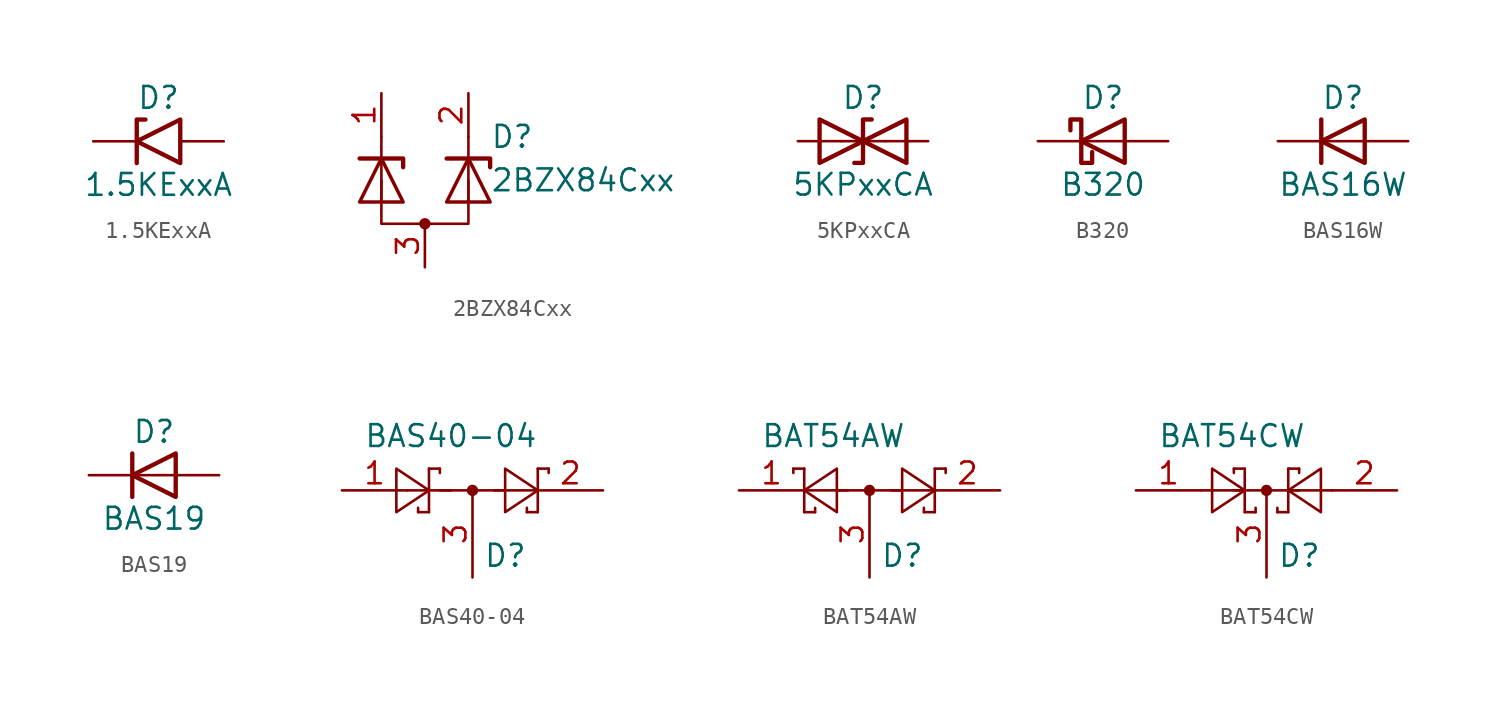
<source format=kicad_sym>
(kicad_symbol_lib
  (version 20211014)
  (generator kicad_symbol_editor)
  (symbol "1.5KExxA"
    (pin_numbers hide)
    (pin_names
      (offset 1.016) hide)
    (property "Reference" "D"
      (at 0 2.54 0)
      (effects (font (size 1.27 1.27))))
    (property "Value" "1.5KExxA"
      (at 0 -2.54 0)
      (effects (font (size 1.27 1.27))))
    (symbol "1.5KExxA_0_1"
      (polyline (pts (xy -0.762 1.27) (xy -1.27 1.27) (xy -1.27 -1.27)) (stroke (width 0.254) (type default) (color 0 0 0 0)) (fill (type none)))
      (polyline (pts (xy 1.27 1.27) (xy 1.27 -1.27) (xy -1.27 0) (xy 1.27 1.27)) (stroke (width 0.254) (type default) (color 0 0 0 0)) (fill (type none))))
    (symbol "1.5KExxA_1_1"
      (pin passive line (at -3.81 0 0) (length 2.54) (name "A1" (effects (font (size 1.27 1.27)))) (number "1" (effects (font (size 1.27 1.27)))))
      (pin passive line (at 3.81 0 180) (length 2.54) (name "A2" (effects (font (size 1.27 1.27)))) (number "2" (effects (font (size 1.27 1.27)))))))
  (symbol "2BZX84Cxx"
    (pin_names
      (offset 1.016) hide)
    (property "Reference" "D"
      (at 3.81 2.54 0)
      (effects (font (size 1.27 1.27)) (justify left)))
    (property "Value" "2BZX84Cxx"
      (at 3.81 0 0)
      (effects (font (size 1.27 1.27)) (justify left)))
    (symbol "2BZX84Cxx_0_1"
      (circle (center 0 -2.54) (radius 0.254) (stroke (width 0) (type default) (color 0 0 0 0)) (fill (type outline)))
      (polyline (pts (xy -2.54 -1.27) (xy -2.54 2.54)) (stroke (width 0) (type default) (color 0 0 0 0)) (fill (type none)))
      (polyline (pts (xy 2.54 -1.27) (xy 2.54 2.54)) (stroke (width 0) (type default) (color 0 0 0 0)) (fill (type none)))
      (polyline (pts (xy -3.81 1.27) (xy -1.27 1.27) (xy -1.27 0.762)) (stroke (width 0.254) (type default) (color 0 0 0 0)) (fill (type none)))
      (polyline (pts (xy 1.27 1.27) (xy 3.81 1.27) (xy 3.81 0.762)) (stroke (width 0.254) (type default) (color 0 0 0 0)) (fill (type none)))
      (polyline (pts (xy -2.54 0) (xy -2.54 -2.54) (xy 2.54 -2.54) (xy 2.54 0)) (stroke (width 0) (type default) (color 0 0 0 0)) (fill (type none))))
    (symbol "2BZX84Cxx_1_1"
      (polyline (pts (xy -3.81 -1.27) (xy -1.27 -1.27) (xy -2.54 1.27) (xy -3.81 -1.27)) (stroke (width 0.203) (type default) (color 0 0 0 0)) (fill (type none)))
      (polyline (pts (xy 1.27 -1.27) (xy 3.81 -1.27) (xy 2.54 1.27) (xy 1.27 -1.27)) (stroke (width 0.203) (type default) (color 0 0 0 0)) (fill (type none)))
      (pin passive line (at -2.54 5.08 270) (length 2.54) (name "K" (effects (font (size 1.27 1.27)))) (number "1" (effects (font (size 1.27 1.27)))))
      (pin passive line (at 2.54 5.08 270) (length 2.54) (name "K" (effects (font (size 1.27 1.27)))) (number "2" (effects (font (size 1.27 1.27)))))
      (pin passive line (at 0 -5.08 90) (length 2.54) (name "A" (effects (font (size 1.27 1.27)))) (number "3" (effects (font (size 1.27 1.27)))))))
  (symbol "5KPxxCA"
    (pin_numbers hide)
    (pin_names
      (offset 1.016) hide)
    (property "Reference" "D"
      (at 0 2.54 0)
      (effects (font (size 1.27 1.27))))
    (property "Value" "5KPxxCA"
      (at 0 -2.54 0)
      (effects (font (size 1.27 1.27))))
    (symbol "5KPxxCA_0_1"
      (polyline (pts (xy 1.27 0) (xy -1.27 0)) (stroke (width 0) (type default) (color 0 0 0 0)) (fill (type none)))
      (polyline (pts (xy -2.54 -1.27) (xy 0 0) (xy -2.54 1.27) (xy -2.54 -1.27)) (stroke (width 0.254) (type default) (color 0 0 0 0)) (fill (type none)))
      (polyline (pts (xy 0.508 1.27) (xy 0 1.27) (xy 0 -1.27) (xy -0.508 -1.27)) (stroke (width 0.254) (type default) (color 0 0 0 0)) (fill (type none)))
      (polyline (pts (xy 2.54 1.27) (xy 2.54 -1.27) (xy 0 0) (xy 2.54 1.27)) (stroke (width 0.254) (type default) (color 0 0 0 0)) (fill (type none))))
    (symbol "5KPxxCA_1_1"
      (pin passive line (at -3.81 0 0) (length 2.54) (name "A1" (effects (font (size 1.27 1.27)))) (number "1" (effects (font (size 1.27 1.27)))))
      (pin passive line (at 3.81 0 180) (length 2.54) (name "A2" (effects (font (size 1.27 1.27)))) (number "2" (effects (font (size 1.27 1.27)))))))
  (symbol "B320"
    (pin_numbers hide)
    (pin_names
      (offset 1.016) hide)
    (property "Reference" "D"
      (at 0 2.54 0)
      (effects (font (size 1.27 1.27))))
    (property "Value" "B320"
      (at 0 -2.54 0)
      (effects (font (size 1.27 1.27))))
    (symbol "B320_0_1"
      (polyline (pts (xy 1.27 0) (xy -1.27 0)) (stroke (width 0) (type default) (color 0 0 0 0)) (fill (type none)))
      (polyline (pts (xy 1.27 1.27) (xy 1.27 -1.27) (xy -1.27 0) (xy 1.27 1.27)) (stroke (width 0.254) (type default) (color 0 0 0 0)) (fill (type none)))
      (polyline (pts (xy -1.905 0.635) (xy -1.905 1.27) (xy -1.27 1.27) (xy -1.27 -1.27) (xy -0.635 -1.27) (xy -0.635 -0.635)) (stroke (width 0.254) (type default) (color 0 0 0 0)) (fill (type none))))
    (symbol "B320_1_1"
      (pin passive line (at -3.81 0 0) (length 2.54) (name "K" (effects (font (size 1.27 1.27)))) (number "1" (effects (font (size 1.27 1.27)))))
      (pin passive line (at 3.81 0 180) (length 2.54) (name "A" (effects (font (size 1.27 1.27)))) (number "2" (effects (font (size 1.27 1.27)))))))
  (symbol "BAS16W"
    (pin_numbers hide)
    (pin_names hide)
    (property "Reference" "D"
      (at 0 2.54 0)
      (effects (font (size 1.27 1.27))))
    (property "Value" "BAS16W"
      (at 0 -2.54 0)
      (effects (font (size 1.27 1.27))))
    (symbol "BAS16W_0_1"
      (polyline (pts (xy -1.27 1.27) (xy -1.27 -1.27)) (stroke (width 0.254) (type default) (color 0 0 0 0)) (fill (type none)))
      (polyline (pts (xy 1.27 0) (xy -1.27 0)) (stroke (width 0) (type default) (color 0 0 0 0)) (fill (type none)))
      (polyline (pts (xy 1.27 1.27) (xy 1.27 -1.27) (xy -1.27 0) (xy 1.27 1.27)) (stroke (width 0.254) (type default) (color 0 0 0 0)) (fill (type none))))
    (symbol "BAS16W_1_1"
      (pin passive line (at 3.81 0 180) (length 2.54) (name "A" (effects (font (size 1.27 1.27)))) (number "1" (effects (font (size 1.27 1.27)))))
      (pin no_connect line (at -1.27 0 0) (length 2.54) hide (name "NC" (effects (font (size 1.27 1.27)))) (number "2" (effects (font (size 1.27 1.27)))))
      (pin passive line (at -3.81 0 0) (length 2.54) (name "K" (effects (font (size 1.27 1.27)))) (number "3" (effects (font (size 1.27 1.27)))))))
  (symbol "BAS19"
    (pin_numbers hide)
    (pin_names hide)
    (property "Reference" "D"
      (at 0 2.54 0)
      (effects (font (size 1.27 1.27))))
    (property "Value" "BAS19"
      (at 0 -2.54 0)
      (effects (font (size 1.27 1.27))))
    (symbol "BAS19_0_1"
      (polyline (pts (xy -1.27 1.27) (xy -1.27 -1.27)) (stroke (width 0.254) (type default) (color 0 0 0 0)) (fill (type none)))
      (polyline (pts (xy 1.27 0) (xy -1.27 0)) (stroke (width 0) (type default) (color 0 0 0 0)) (fill (type none)))
      (polyline (pts (xy 1.27 1.27) (xy 1.27 -1.27) (xy -1.27 0) (xy 1.27 1.27)) (stroke (width 0.254) (type default) (color 0 0 0 0)) (fill (type none))))
    (symbol "BAS19_1_1"
      (pin passive line (at 3.81 0 180) (length 2.54) (name "A" (effects (font (size 1.27 1.27)))) (number "1" (effects (font (size 1.27 1.27)))))
      (pin no_connect line (at -1.27 0 0) (length 2.54) hide (name "NC" (effects (font (size 1.27 1.27)))) (number "2" (effects (font (size 1.27 1.27)))))
      (pin passive line (at -3.81 0 0) (length 2.54) (name "K" (effects (font (size 1.27 1.27)))) (number "3" (effects (font (size 1.27 1.27)))))))
  (symbol "BAS40-04"
    (pin_names
      (offset 1.016))
    (property "Reference" "D"
      (at 0.635 -1.27 0)
      (effects (font (size 1.27 1.27)) (justify left)))
    (property "Value" "BAS40-04"
      (at -6.35 5.715 0)
      (effects (font (size 1.27 1.27)) (justify left)))
    (symbol "BAS40-04_0_1"
      (polyline (pts (xy -3.81 2.54) (xy -1.27 2.54)) (stroke (width 0) (type default) (color 0 0 0 0)) (fill (type none)))
      (polyline (pts (xy -3.175 1.27) (xy -3.175 1.524)) (stroke (width 0) (type default) (color 0 0 0 0)) (fill (type none)))
      (polyline (pts (xy -2.54 1.27) (xy -3.175 1.27)) (stroke (width 0) (type default) (color 0 0 0 0)) (fill (type none)))
      (polyline (pts (xy -2.54 1.27) (xy -2.54 3.81)) (stroke (width 0) (type default) (color 0 0 0 0)) (fill (type none)))
      (polyline (pts (xy -2.54 3.81) (xy -1.905 3.81)) (stroke (width 0) (type default) (color 0 0 0 0)) (fill (type none)))
      (polyline (pts (xy -1.905 2.54) (xy 1.905 2.54)) (stroke (width 0) (type default) (color 0 0 0 0)) (fill (type none)))
      (polyline (pts (xy -1.905 3.81) (xy -1.905 3.556)) (stroke (width 0) (type default) (color 0 0 0 0)) (fill (type none)))
      (polyline (pts (xy 1.27 2.54) (xy 3.81 2.54)) (stroke (width 0) (type default) (color 0 0 0 0)) (fill (type none)))
      (polyline (pts (xy 3.175 1.27) (xy 3.175 1.524)) (stroke (width 0) (type default) (color 0 0 0 0)) (fill (type none)))
      (polyline (pts (xy 3.81 1.27) (xy 3.175 1.27)) (stroke (width 0) (type default) (color 0 0 0 0)) (fill (type none)))
      (polyline (pts (xy 3.81 1.27) (xy 3.81 3.81)) (stroke (width 0) (type default) (color 0 0 0 0)) (fill (type none)))
      (polyline (pts (xy 3.81 3.81) (xy 4.445 3.81)) (stroke (width 0) (type default) (color 0 0 0 0)) (fill (type none)))
      (polyline (pts (xy 4.445 3.81) (xy 4.445 3.556)) (stroke (width 0) (type default) (color 0 0 0 0)) (fill (type none)))
      (polyline (pts (xy -4.445 3.81) (xy -4.445 1.27) (xy -2.54 2.54) (xy -4.445 3.81)) (stroke (width 0) (type default) (color 0 0 0 0)) (fill (type none)))
      (polyline (pts (xy 1.905 3.81) (xy 1.905 1.27) (xy 3.81 2.54) (xy 1.905 3.81)) (stroke (width 0) (type default) (color 0 0 0 0)) (fill (type none)))
      (circle (center 0 2.54) (radius 0.254) (stroke (width 0) (type default) (color 0 0 0 0)) (fill (type outline))))
    (symbol "BAS40-04_1_1"
      (pin passive line (at -7.62 2.54 0) (length 3.81) (name "~" (effects (font (size 1.27 1.27)))) (number "1" (effects (font (size 1.27 1.27)))))
      (pin passive line (at 7.62 2.54 180) (length 3.81) (name "~" (effects (font (size 1.27 1.27)))) (number "2" (effects (font (size 1.27 1.27)))))
      (pin passive line (at 0 -2.54 90) (length 5.08) (name "~" (effects (font (size 1.27 1.27)))) (number "3" (effects (font (size 1.27 1.27)))))))
  (symbol "BAT54AW"
    (pin_names
      (offset 1.016))
    (property "Reference" "D"
      (at 0.635 -3.81 0)
      (effects (font (size 1.27 1.27)) (justify left)))
    (property "Value" "BAT54AW"
      (at -6.35 3.175 0)
      (effects (font (size 1.27 1.27)) (justify left)))
    (symbol "BAT54AW_0_1"
      (polyline (pts (xy -4.445 1.27) (xy -4.445 1.016)) (stroke (width 0) (type default) (color 0 0 0 0)) (fill (type none)))
      (polyline (pts (xy -3.81 -1.27) (xy -3.81 1.27)) (stroke (width 0) (type default) (color 0 0 0 0)) (fill (type none)))
      (polyline (pts (xy -3.81 -1.27) (xy -3.175 -1.27)) (stroke (width 0) (type default) (color 0 0 0 0)) (fill (type none)))
      (polyline (pts (xy -3.81 0) (xy -1.27 0)) (stroke (width 0) (type default) (color 0 0 0 0)) (fill (type none)))
      (polyline (pts (xy -3.81 1.27) (xy -4.445 1.27)) (stroke (width 0) (type default) (color 0 0 0 0)) (fill (type none)))
      (polyline (pts (xy -3.175 -1.27) (xy -3.175 -1.016)) (stroke (width 0) (type default) (color 0 0 0 0)) (fill (type none)))
      (polyline (pts (xy -1.905 0) (xy 1.905 0)) (stroke (width 0) (type default) (color 0 0 0 0)) (fill (type none)))
      (polyline (pts (xy 1.27 0) (xy 3.81 0)) (stroke (width 0) (type default) (color 0 0 0 0)) (fill (type none)))
      (polyline (pts (xy 3.175 -1.27) (xy 3.175 -1.016)) (stroke (width 0) (type default) (color 0 0 0 0)) (fill (type none)))
      (polyline (pts (xy 3.81 -1.27) (xy 3.175 -1.27)) (stroke (width 0) (type default) (color 0 0 0 0)) (fill (type none)))
      (polyline (pts (xy 3.81 -1.27) (xy 3.81 1.27)) (stroke (width 0) (type default) (color 0 0 0 0)) (fill (type none)))
      (polyline (pts (xy 3.81 1.27) (xy 4.445 1.27)) (stroke (width 0) (type default) (color 0 0 0 0)) (fill (type none)))
      (polyline (pts (xy 4.445 1.27) (xy 4.445 1.016)) (stroke (width 0) (type default) (color 0 0 0 0)) (fill (type none)))
      (polyline (pts (xy -1.905 1.27) (xy -1.905 -1.27) (xy -3.81 0) (xy -1.905 1.27)) (stroke (width 0) (type default) (color 0 0 0 0)) (fill (type none)))
      (polyline (pts (xy 1.905 1.27) (xy 1.905 -1.27) (xy 3.81 0) (xy 1.905 1.27)) (stroke (width 0) (type default) (color 0 0 0 0)) (fill (type none)))
      (circle (center 0 0) (radius 0.254) (stroke (width 0) (type default) (color 0 0 0 0)) (fill (type outline))))
    (symbol "BAT54AW_1_1"
      (pin passive line (at -7.62 0 0) (length 3.81) (name "~" (effects (font (size 1.27 1.27)))) (number "1" (effects (font (size 1.27 1.27)))))
      (pin passive line (at 7.62 0 180) (length 3.81) (name "~" (effects (font (size 1.27 1.27)))) (number "2" (effects (font (size 1.27 1.27)))))
      (pin passive line (at 0 -5.08 90) (length 5.08) (name "~" (effects (font (size 1.27 1.27)))) (number "3" (effects (font (size 1.27 1.27)))))))
  (symbol "BAT54CW"
    (pin_names
      (offset 1.016))
    (property "Reference" "D"
      (at 0.635 -3.81 0)
      (effects (font (size 1.27 1.27)) (justify left)))
    (property "Value" "BAT54CW"
      (at -6.35 3.175 0)
      (effects (font (size 1.27 1.27)) (justify left)))
    (symbol "BAT54CW_0_1"
      (polyline (pts (xy -1.905 0) (xy 1.905 0)) (stroke (width 0) (type default) (color 0 0 0 0)) (fill (type none)))
      (polyline (pts (xy -1.905 1.27) (xy -1.905 1.016)) (stroke (width 0) (type default) (color 0 0 0 0)) (fill (type none)))
      (polyline (pts (xy -1.27 -1.27) (xy -0.635 -1.27)) (stroke (width 0) (type default) (color 0 0 0 0)) (fill (type none)))
      (polyline (pts (xy -1.27 0) (xy -3.81 0)) (stroke (width 0) (type default) (color 0 0 0 0)) (fill (type none)))
      (polyline (pts (xy -1.27 1.27) (xy -1.905 1.27)) (stroke (width 0) (type default) (color 0 0 0 0)) (fill (type none)))
      (polyline (pts (xy -1.27 1.27) (xy -1.27 -1.27)) (stroke (width 0) (type default) (color 0 0 0 0)) (fill (type none)))
      (polyline (pts (xy -0.635 -1.27) (xy -0.635 -1.016)) (stroke (width 0) (type default) (color 0 0 0 0)) (fill (type none)))
      (polyline (pts (xy 0.635 -1.27) (xy 0.635 -1.016)) (stroke (width 0) (type default) (color 0 0 0 0)) (fill (type none)))
      (polyline (pts (xy 1.27 -1.27) (xy 0.635 -1.27)) (stroke (width 0) (type default) (color 0 0 0 0)) (fill (type none)))
      (polyline (pts (xy 1.27 1.27) (xy 1.27 -1.27)) (stroke (width 0) (type default) (color 0 0 0 0)) (fill (type none)))
      (polyline (pts (xy 1.27 1.27) (xy 1.905 1.27)) (stroke (width 0) (type default) (color 0 0 0 0)) (fill (type none)))
      (polyline (pts (xy 1.905 1.27) (xy 1.905 1.016)) (stroke (width 0) (type default) (color 0 0 0 0)) (fill (type none)))
      (polyline (pts (xy 3.81 0) (xy 1.27 0)) (stroke (width 0) (type default) (color 0 0 0 0)) (fill (type none)))
      (polyline (pts (xy -3.175 -1.27) (xy -3.175 1.27) (xy -1.27 0) (xy -3.175 -1.27)) (stroke (width 0) (type default) (color 0 0 0 0)) (fill (type none)))
      (polyline (pts (xy 3.175 -1.27) (xy 3.175 1.27) (xy 1.27 0) (xy 3.175 -1.27)) (stroke (width 0) (type default) (color 0 0 0 0)) (fill (type none)))
      (circle (center 0 0) (radius 0.254) (stroke (width 0) (type default) (color 0 0 0 0)) (fill (type outline))))
    (symbol "BAT54CW_1_1"
      (pin passive line (at -7.62 0 0) (length 3.81) (name "~" (effects (font (size 1.27 1.27)))) (number "1" (effects (font (size 1.27 1.27)))))
      (pin passive line (at 7.62 0 180) (length 3.81) (name "~" (effects (font (size 1.27 1.27)))) (number "2" (effects (font (size 1.27 1.27)))))
      (pin passive line (at 0 -5.08 90) (length 5.08) (name "~" (effects (font (size 1.27 1.27)))) (number "3" (effects (font (size 1.27 1.27))))))))
</source>
